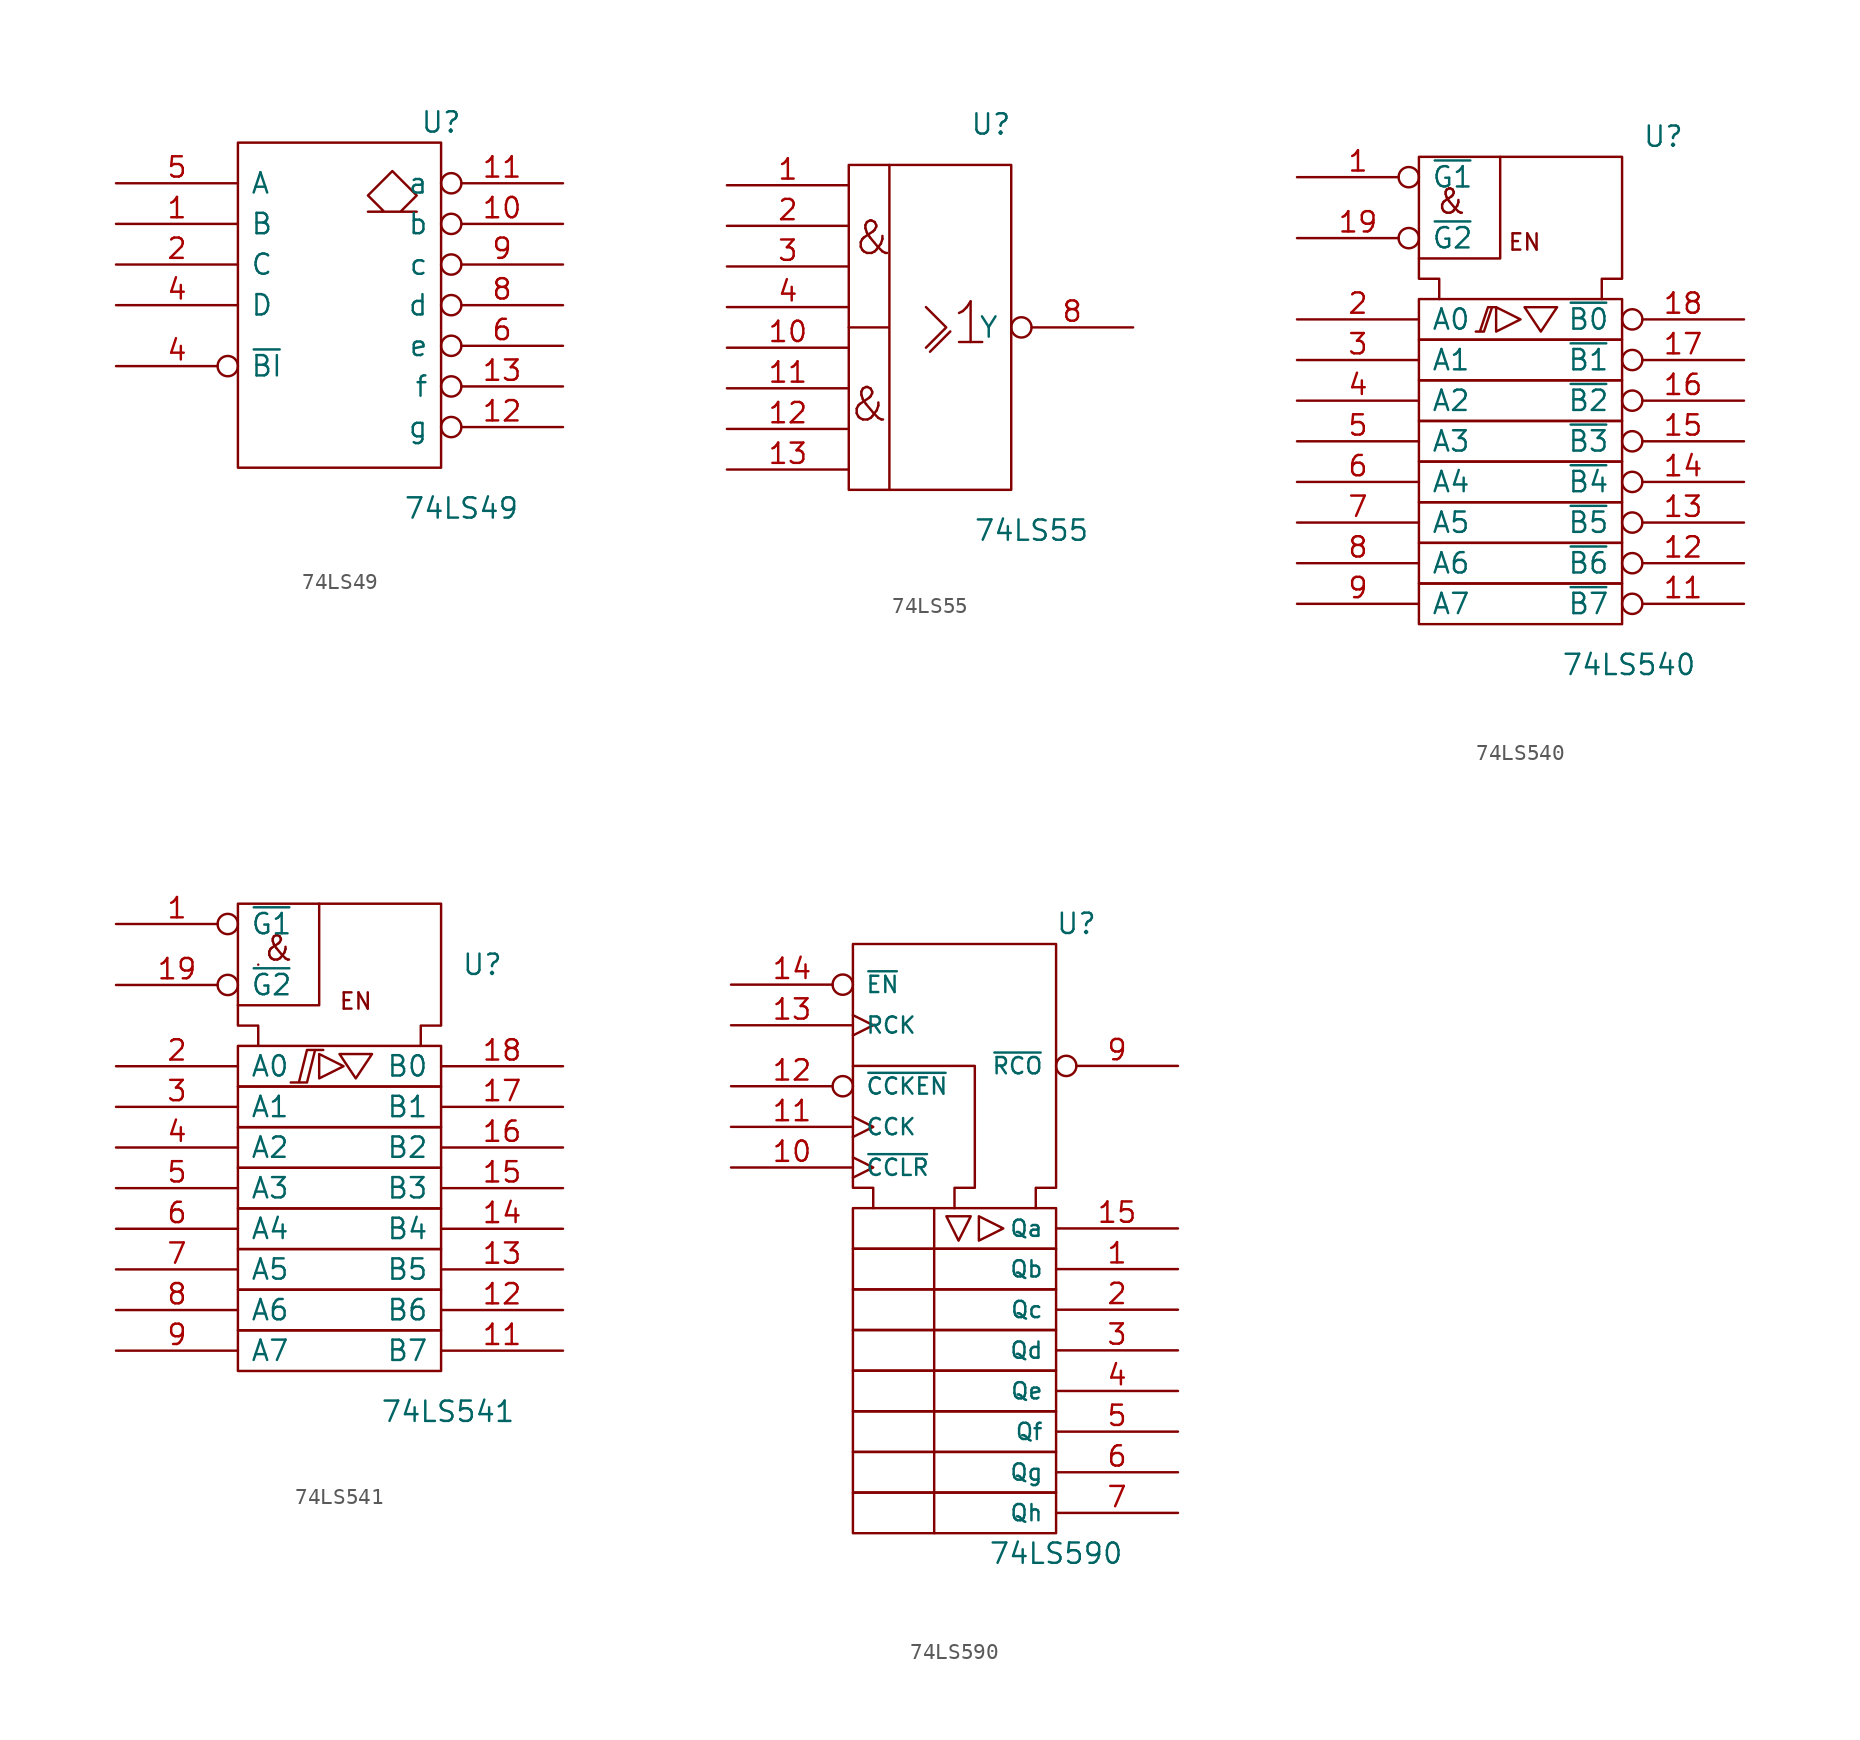
<source format=kicad_sym>
(kicad_symbol_lib
  (version 20201005)
  (generator kicad_symbol_editor)
  (symbol "74xx_IEEE:74LS49"
    (pin_names
      (offset 0.762))
    (property "Reference" "U"
      (at 6.35 11.43 0)
      (effects (font (size 1.27 1.27))))
    (property "Value" "74LS49"
      (at 7.62 -12.7 0)
      (effects (font (size 1.27 1.27))))
    (symbol "74LS49_0_0"
      (rectangle (start -6.35 10.16) (end 6.35 -10.16) (stroke (width 0)) (fill (type none)))
      (polyline (pts (xy 3.81 5.842) (xy 4.826 6.858) (xy 3.302 8.382) (xy 1.778 6.858) (xy 2.794 5.842) (xy 1.778 5.842) (xy 4.826 5.842) (xy 4.826 5.842)) (stroke (width 0)) (fill (type none)))
      (pin power_in line (at 0 10.16 270) (length 0) hide (name "VCC" (effects (font (size 1.27 1.27)))) (number "14" (effects (font (size 1.27 1.27)))))
      (pin power_in line (at 0 -10.16 90) (length 0) hide (name "GND" (effects (font (size 1.27 1.27)))) (number "7" (effects (font (size 1.27 1.27))))))
    (symbol "74LS49_1_1"
      (pin input line (at -13.97 5.08 0) (length 7.62) (name "B" (effects (font (size 1.27 1.27)))) (number "1" (effects (font (size 1.27 1.27)))))
      (pin open_collector inverted (at 13.97 5.08 180) (length 7.62) (name "b" (effects (font (size 1.27 1.27)))) (number "10" (effects (font (size 1.27 1.27)))))
      (pin open_collector inverted (at 13.97 7.62 180) (length 7.62) (name "a" (effects (font (size 1.27 1.27)))) (number "11" (effects (font (size 1.27 1.27)))))
      (pin open_collector inverted (at 13.97 -7.62 180) (length 7.62) (name "g" (effects (font (size 1.27 1.27)))) (number "12" (effects (font (size 1.27 1.27)))))
      (pin open_collector inverted (at 13.97 -5.08 180) (length 7.62) (name "f" (effects (font (size 1.27 1.27)))) (number "13" (effects (font (size 1.27 1.27)))))
      (pin input line (at -13.97 2.54 0) (length 7.62) (name "C" (effects (font (size 1.27 1.27)))) (number "2" (effects (font (size 1.27 1.27)))))
      (pin input line (at -13.97 0 0) (length 7.62) (name "D" (effects (font (size 1.27 1.27)))) (number "4" (effects (font (size 1.27 1.27)))))
      (pin input inverted (at -13.97 -3.81 0) (length 7.62) (name "~BI" (effects (font (size 1.27 1.27)))) (number "4" (effects (font (size 1.27 1.27)))))
      (pin input line (at -13.97 7.62 0) (length 7.62) (name "A" (effects (font (size 1.27 1.27)))) (number "5" (effects (font (size 1.27 1.27)))))
      (pin open_collector inverted (at 13.97 -2.54 180) (length 7.62) (name "e" (effects (font (size 1.27 1.27)))) (number "6" (effects (font (size 1.27 1.27)))))
      (pin open_collector inverted (at 13.97 0 180) (length 7.62) (name "d" (effects (font (size 1.27 1.27)))) (number "8" (effects (font (size 1.27 1.27)))))
      (pin open_collector inverted (at 13.97 2.54 180) (length 7.62) (name "c" (effects (font (size 1.27 1.27)))) (number "9" (effects (font (size 1.27 1.27)))))))
  (symbol "74xx_IEEE:74LS55"
    (pin_names
      (offset 0.762))
    (property "Reference" "U"
      (at 3.81 12.7 0)
      (effects (font (size 1.27 1.27))))
    (property "Value" "74LS55"
      (at 6.35 -12.7 0)
      (effects (font (size 1.27 1.27))))
    (symbol "74LS55_0_0"
      (text "&" (at -3.81 -4.826 0) (effects (font (size 2.032 2.032))))
      (text "&" (at -3.556 5.588 0) (effects (font (size 2.032 2.032))))
      (text "1" (at 2.54 0.254 0) (effects (font (size 2.54 2.54))))
      (polyline (pts (xy 0 -1.524) (xy 1.27 -0.254)) (stroke (width 0)) (fill (type none)))
      (polyline (pts (xy -0.254 1.27) (xy 1.016 0) (xy -0.254 -1.27) (xy -0.254 -1.27)) (stroke (width 0)) (fill (type none))))
    (symbol "74LS55_0_1"
      (rectangle (start -5.08 10.16) (end 5.08 -10.16) (stroke (width 0)) (fill (type none)))
      (polyline (pts (xy -2.54 10.16) (xy -2.54 0) (xy -5.08 0) (xy -2.54 0) (xy -2.54 -10.16) (xy -2.54 -10.16)) (stroke (width 0)) (fill (type none)))
      (pin power_in line (at 0 10.16 270) (length 0) hide (name "VCC" (effects (font (size 1.27 1.27)))) (number "14" (effects (font (size 1.27 1.27)))))
      (pin power_in line (at 0 -10.16 90) (length 0) hide (name "GND" (effects (font (size 1.27 1.27)))) (number "7" (effects (font (size 1.27 1.27))))))
    (symbol "74LS55_1_1"
      (pin input line (at -12.7 8.89 0) (length 7.62) (name "~" (effects (font (size 1.27 1.27)))) (number "1" (effects (font (size 1.27 1.27)))))
      (pin input line (at -12.7 -1.27 0) (length 7.62) (name "~" (effects (font (size 1.27 1.27)))) (number "10" (effects (font (size 1.27 1.27)))))
      (pin input line (at -12.7 -3.81 0) (length 7.62) (name "~" (effects (font (size 1.27 1.27)))) (number "11" (effects (font (size 1.27 1.27)))))
      (pin input line (at -12.7 -6.35 0) (length 7.62) (name "~" (effects (font (size 1.27 1.27)))) (number "12" (effects (font (size 1.27 1.27)))))
      (pin input line (at -12.7 -8.89 0) (length 7.62) (name "~" (effects (font (size 1.27 1.27)))) (number "13" (effects (font (size 1.27 1.27)))))
      (pin input line (at -12.7 6.35 0) (length 7.62) (name "~" (effects (font (size 1.27 1.27)))) (number "2" (effects (font (size 1.27 1.27)))))
      (pin input line (at -12.7 3.81 0) (length 7.62) (name "~" (effects (font (size 1.27 1.27)))) (number "3" (effects (font (size 1.27 1.27)))))
      (pin input line (at -12.7 1.27 0) (length 7.62) (name "~" (effects (font (size 1.27 1.27)))) (number "4" (effects (font (size 1.27 1.27)))))
      (pin output inverted (at 12.7 0 180) (length 7.62) (name "Y" (effects (font (size 1.27 1.27)))) (number "8" (effects (font (size 1.27 1.27)))))))
  (symbol "74xx_IEEE:74LS540"
    (pin_names
      (offset 0.762))
    (property "Reference" "U"
      (at 7.62 17.78 0)
      (effects (font (size 1.27 1.27)) (justify left)))
    (property "Value" "74LS540"
      (at 2.54 -15.24 0)
      (effects (font (size 1.27 1.27)) (justify left)))
    (symbol "74LS540_0_0"
      (text "&" (at -4.318 13.716 0) (effects (font (size 1.524 1.524))))
      (text "EN" (at 0.254 11.176 0) (effects (font (size 1.016 1.016))))
      (polyline (pts (xy -1.27 16.51) (xy -1.27 10.16) (xy -6.35 10.16) (xy -6.35 10.16)) (stroke (width 0)) (fill (type none)))
      (polyline (pts (xy -1.524 7.112) (xy -1.524 5.588) (xy 0 6.35) (xy -1.524 7.112) (xy -1.524 7.112)) (stroke (width 0)) (fill (type none)))
      (polyline (pts (xy 0.254 7.112) (xy 2.286 7.112) (xy 1.27 5.588) (xy 0.254 7.112) (xy 0.254 7.112)) (stroke (width 0)) (fill (type none)))
      (polyline (pts (xy -2.286 5.588) (xy -2.794 5.588) (xy -2.286 5.588) (xy -1.778 7.112) (xy -1.524 7.112) (xy -2.032 7.112) (xy -2.54 5.588) (xy -2.54 5.588)) (stroke (width 0)) (fill (type none)))
      (pin power_in line (at 1.27 16.51 270) (length 0) hide (name "GND" (effects (font (size 1.27 1.27)))) (number "10" (effects (font (size 1.27 1.27)))))
      (pin power_in line (at 5.08 16.51 270) (length 0) hide (name "VCC" (effects (font (size 1.27 1.27)))) (number "20" (effects (font (size 1.27 1.27))))))
    (symbol "74LS540_0_1"
      (rectangle (start -6.35 -10.16) (end 6.35 -12.7) (stroke (width 0)) (fill (type none)))
      (rectangle (start -6.35 -7.62) (end 6.35 -10.16) (stroke (width 0)) (fill (type none)))
      (rectangle (start -6.35 -5.08) (end 6.35 -7.62) (stroke (width 0)) (fill (type none)))
      (rectangle (start -6.35 -2.54) (end 6.35 -5.08) (stroke (width 0)) (fill (type none)))
      (rectangle (start -6.35 0) (end 6.35 -2.54) (stroke (width 0)) (fill (type none)))
      (rectangle (start -6.35 2.54) (end 6.35 0) (stroke (width 0)) (fill (type none)))
      (rectangle (start -6.35 5.08) (end 6.35 2.54) (stroke (width 0)) (fill (type none)))
      (rectangle (start -6.35 7.62) (end 6.35 5.08) (stroke (width 0)) (fill (type none)))
      (polyline (pts (xy -5.08 7.62) (xy -5.08 8.89) (xy -6.35 8.89) (xy -6.35 16.51) (xy 6.35 16.51) (xy 6.35 8.89) (xy 5.08 8.89) (xy 5.08 7.62) (xy 5.08 7.62)) (stroke (width 0)) (fill (type none))))
    (symbol "74LS540_1_1"
      (pin input inverted (at -13.97 15.24 0) (length 7.62) (name "~G1" (effects (font (size 1.27 1.27)))) (number "1" (effects (font (size 1.27 1.27)))))
      (pin tri_state inverted (at 13.97 -11.43 180) (length 7.62) (name "~B7" (effects (font (size 1.27 1.27)))) (number "11" (effects (font (size 1.27 1.27)))))
      (pin tri_state inverted (at 13.97 -8.89 180) (length 7.62) (name "~B6" (effects (font (size 1.27 1.27)))) (number "12" (effects (font (size 1.27 1.27)))))
      (pin tri_state inverted (at 13.97 -6.35 180) (length 7.62) (name "~B5" (effects (font (size 1.27 1.27)))) (number "13" (effects (font (size 1.27 1.27)))))
      (pin tri_state inverted (at 13.97 -3.81 180) (length 7.62) (name "~B4" (effects (font (size 1.27 1.27)))) (number "14" (effects (font (size 1.27 1.27)))))
      (pin tri_state inverted (at 13.97 -1.27 180) (length 7.62) (name "~B3" (effects (font (size 1.27 1.27)))) (number "15" (effects (font (size 1.27 1.27)))))
      (pin tri_state inverted (at 13.97 1.27 180) (length 7.62) (name "~B2" (effects (font (size 1.27 1.27)))) (number "16" (effects (font (size 1.27 1.27)))))
      (pin tri_state inverted (at 13.97 3.81 180) (length 7.62) (name "~B1" (effects (font (size 1.27 1.27)))) (number "17" (effects (font (size 1.27 1.27)))))
      (pin tri_state inverted (at 13.97 6.35 180) (length 7.62) (name "~B0" (effects (font (size 1.27 1.27)))) (number "18" (effects (font (size 1.27 1.27)))))
      (pin input inverted (at -13.97 11.43 0) (length 7.62) (name "~G2" (effects (font (size 1.27 1.27)))) (number "19" (effects (font (size 1.27 1.27)))))
      (pin tri_state line (at -13.97 6.35 0) (length 7.62) (name "A0" (effects (font (size 1.27 1.27)))) (number "2" (effects (font (size 1.27 1.27)))))
      (pin tri_state line (at -13.97 3.81 0) (length 7.62) (name "A1" (effects (font (size 1.27 1.27)))) (number "3" (effects (font (size 1.27 1.27)))))
      (pin tri_state line (at -13.97 1.27 0) (length 7.62) (name "A2" (effects (font (size 1.27 1.27)))) (number "4" (effects (font (size 1.27 1.27)))))
      (pin tri_state line (at -13.97 -1.27 0) (length 7.62) (name "A3" (effects (font (size 1.27 1.27)))) (number "5" (effects (font (size 1.27 1.27)))))
      (pin tri_state line (at -13.97 -3.81 0) (length 7.62) (name "A4" (effects (font (size 1.27 1.27)))) (number "6" (effects (font (size 1.27 1.27)))))
      (pin tri_state line (at -13.97 -6.35 0) (length 7.62) (name "A5" (effects (font (size 1.27 1.27)))) (number "7" (effects (font (size 1.27 1.27)))))
      (pin tri_state line (at -13.97 -8.89 0) (length 7.62) (name "A6" (effects (font (size 1.27 1.27)))) (number "8" (effects (font (size 1.27 1.27)))))
      (pin tri_state line (at -13.97 -11.43 0) (length 7.62) (name "A7" (effects (font (size 1.27 1.27)))) (number "9" (effects (font (size 1.27 1.27)))))))
  (symbol "74xx_IEEE:74LS541"
    (pin_names
      (offset 0.762))
    (property "Reference" "U"
      (at 7.62 12.7 0)
      (effects (font (size 1.27 1.27)) (justify left)))
    (property "Value" "74LS541"
      (at 2.54 -15.24 0)
      (effects (font (size 1.27 1.27)) (justify left)))
    (symbol "74LS541_0_0"
      (text "&" (at -3.81 13.716 0) (effects (font (size 1.524 1.524))))
      (text "EN" (at 1.016 10.414 0) (effects (font (size 1.016 1.016))))
      (polyline (pts (xy -5.08 12.7) (xy -5.08 12.7) (xy -5.08 12.7)) (stroke (width 0)) (fill (type none)))
      (polyline (pts (xy -1.27 16.51) (xy -1.27 10.16) (xy -6.35 10.16) (xy -6.35 10.16)) (stroke (width 0)) (fill (type none)))
      (polyline (pts (xy -1.27 7.112) (xy -1.27 5.588) (xy 0.254 6.35) (xy -1.27 7.112) (xy -1.27 7.112)) (stroke (width 0)) (fill (type none)))
      (polyline (pts (xy 0 7.112) (xy 2.032 7.112) (xy 1.016 5.588) (xy 0 7.112) (xy 0 7.112)) (stroke (width 0)) (fill (type none)))
      (polyline (pts (xy -3.048 5.334) (xy -2.032 5.334) (xy -1.524 7.366) (xy -1.016 7.366) (xy -2.032 7.366) (xy -2.54 5.334) (xy -2.54 5.334)) (stroke (width 0)) (fill (type none)))
      (pin power_in line (at 1.27 16.51 270) (length 0) hide (name "GND" (effects (font (size 1.27 1.27)))) (number "10" (effects (font (size 1.27 1.27)))))
      (pin power_in line (at 5.08 16.51 270) (length 0) hide (name "VCC" (effects (font (size 1.27 1.27)))) (number "20" (effects (font (size 1.27 1.27))))))
    (symbol "74LS541_0_1"
      (rectangle (start -6.35 -10.16) (end 6.35 -12.7) (stroke (width 0)) (fill (type none)))
      (rectangle (start -6.35 -7.62) (end 6.35 -10.16) (stroke (width 0)) (fill (type none)))
      (rectangle (start -6.35 -5.08) (end 6.35 -7.62) (stroke (width 0)) (fill (type none)))
      (rectangle (start -6.35 -2.54) (end 6.35 -5.08) (stroke (width 0)) (fill (type none)))
      (rectangle (start -6.35 0) (end 6.35 -2.54) (stroke (width 0)) (fill (type none)))
      (rectangle (start -6.35 2.54) (end 6.35 0) (stroke (width 0)) (fill (type none)))
      (rectangle (start -6.35 5.08) (end 6.35 2.54) (stroke (width 0)) (fill (type none)))
      (rectangle (start -6.35 7.62) (end 6.35 5.08) (stroke (width 0)) (fill (type none)))
      (polyline (pts (xy -5.08 7.62) (xy -5.08 8.89) (xy -6.35 8.89) (xy -6.35 16.51) (xy 6.35 16.51) (xy 6.35 8.89) (xy 5.08 8.89) (xy 5.08 7.62) (xy 5.08 7.62)) (stroke (width 0)) (fill (type none))))
    (symbol "74LS541_1_1"
      (pin input inverted (at -13.97 15.24 0) (length 7.62) (name "~G1" (effects (font (size 1.27 1.27)))) (number "1" (effects (font (size 1.27 1.27)))))
      (pin tri_state line (at 13.97 -11.43 180) (length 7.62) (name "B7" (effects (font (size 1.27 1.27)))) (number "11" (effects (font (size 1.27 1.27)))))
      (pin tri_state line (at 13.97 -8.89 180) (length 7.62) (name "B6" (effects (font (size 1.27 1.27)))) (number "12" (effects (font (size 1.27 1.27)))))
      (pin tri_state line (at 13.97 -6.35 180) (length 7.62) (name "B5" (effects (font (size 1.27 1.27)))) (number "13" (effects (font (size 1.27 1.27)))))
      (pin tri_state line (at 13.97 -3.81 180) (length 7.62) (name "B4" (effects (font (size 1.27 1.27)))) (number "14" (effects (font (size 1.27 1.27)))))
      (pin tri_state line (at 13.97 -1.27 180) (length 7.62) (name "B3" (effects (font (size 1.27 1.27)))) (number "15" (effects (font (size 1.27 1.27)))))
      (pin tri_state line (at 13.97 1.27 180) (length 7.62) (name "B2" (effects (font (size 1.27 1.27)))) (number "16" (effects (font (size 1.27 1.27)))))
      (pin tri_state line (at 13.97 3.81 180) (length 7.62) (name "B1" (effects (font (size 1.27 1.27)))) (number "17" (effects (font (size 1.27 1.27)))))
      (pin tri_state line (at 13.97 6.35 180) (length 7.62) (name "B0" (effects (font (size 1.27 1.27)))) (number "18" (effects (font (size 1.27 1.27)))))
      (pin input inverted (at -13.97 11.43 0) (length 7.62) (name "~G2" (effects (font (size 1.27 1.27)))) (number "19" (effects (font (size 1.27 1.27)))))
      (pin tri_state line (at -13.97 6.35 0) (length 7.62) (name "A0" (effects (font (size 1.27 1.27)))) (number "2" (effects (font (size 1.27 1.27)))))
      (pin tri_state line (at -13.97 3.81 0) (length 7.62) (name "A1" (effects (font (size 1.27 1.27)))) (number "3" (effects (font (size 1.27 1.27)))))
      (pin tri_state line (at -13.97 1.27 0) (length 7.62) (name "A2" (effects (font (size 1.27 1.27)))) (number "4" (effects (font (size 1.27 1.27)))))
      (pin tri_state line (at -13.97 -1.27 0) (length 7.62) (name "A3" (effects (font (size 1.27 1.27)))) (number "5" (effects (font (size 1.27 1.27)))))
      (pin tri_state line (at -13.97 -3.81 0) (length 7.62) (name "A4" (effects (font (size 1.27 1.27)))) (number "6" (effects (font (size 1.27 1.27)))))
      (pin tri_state line (at -13.97 -6.35 0) (length 7.62) (name "A5" (effects (font (size 1.27 1.27)))) (number "7" (effects (font (size 1.27 1.27)))))
      (pin tri_state line (at -13.97 -8.89 0) (length 7.62) (name "A6" (effects (font (size 1.27 1.27)))) (number "8" (effects (font (size 1.27 1.27)))))
      (pin tri_state line (at -13.97 -11.43 0) (length 7.62) (name "A7" (effects (font (size 1.27 1.27)))) (number "9" (effects (font (size 1.27 1.27)))))))
  (symbol "74xx_IEEE:74LS590"
    (pin_names
      (offset 0.762))
    (property "Reference" "U"
      (at 7.62 20.32 0)
      (effects (font (size 1.27 1.27))))
    (property "Value" "74LS590"
      (at 6.35 -19.05 0)
      (effects (font (size 1.27 1.27))))
    (symbol "74LS590_0_0"
      (rectangle (start -6.35 -15.24) (end 6.35 -17.78) (stroke (width 0)) (fill (type none)))
      (rectangle (start -6.35 -12.7) (end 6.35 -15.24) (stroke (width 0)) (fill (type none)))
      (rectangle (start -6.35 -10.16) (end 6.35 -12.7) (stroke (width 0)) (fill (type none)))
      (rectangle (start -6.35 -7.62) (end 6.35 -10.16) (stroke (width 0)) (fill (type none)))
      (rectangle (start -6.35 -5.08) (end 6.35 -7.62) (stroke (width 0)) (fill (type none)))
      (rectangle (start -6.35 -2.54) (end 6.35 -5.08) (stroke (width 0)) (fill (type none)))
      (rectangle (start -6.35 0) (end 6.35 -2.54) (stroke (width 0)) (fill (type none)))
      (rectangle (start -6.35 2.54) (end 6.35 0) (stroke (width 0)) (fill (type none)))
      (polyline (pts (xy -1.27 2.54) (xy -1.27 -17.78) (xy -1.27 -17.78)) (stroke (width 0)) (fill (type none)))
      (polyline (pts (xy -0.508 2.032) (xy 1.016 2.032) (xy 0.254 0.508) (xy -0.508 2.032) (xy -0.508 2.032)) (stroke (width 0)) (fill (type none)))
      (polyline (pts (xy 1.524 2.032) (xy 3.048 1.27) (xy 1.524 0.508) (xy 1.524 2.032) (xy 1.524 2.032)) (stroke (width 0)) (fill (type none)))
      (polyline (pts (xy -6.35 11.43) (xy 1.27 11.43) (xy 1.27 3.81) (xy 0 3.81) (xy 0 2.54) (xy 0 2.54)) (stroke (width 0)) (fill (type none)))
      (polyline (pts (xy -5.08 2.54) (xy -5.08 3.81) (xy -6.35 3.81) (xy -6.35 19.05) (xy 6.35 19.05) (xy 6.35 3.81) (xy 5.08 3.81) (xy 5.08 2.54) (xy 5.08 2.54)) (stroke (width 0)) (fill (type none))))
    (symbol "74LS590_0_1"
      (pin power_in line (at 5.08 19.05 270) (length 0) hide (name "Vcc" (effects (font (size 1.016 1.016)))) (number "16" (effects (font (size 1.27 1.27)))))
      (pin power_in line (at 1.27 19.05 270) (length 0) hide (name "Gnd" (effects (font (size 1.016 1.016)))) (number "8" (effects (font (size 1.27 1.27))))))
    (symbol "74LS590_1_1"
      (pin output line (at 13.97 -1.27 180) (length 7.62) (name "Qb" (effects (font (size 1.016 1.016)))) (number "1" (effects (font (size 1.27 1.27)))))
      (pin input clock (at -13.97 5.08 0) (length 7.62) (name "~CCLR" (effects (font (size 1.016 1.016)))) (number "10" (effects (font (size 1.27 1.27)))))
      (pin input clock (at -13.97 7.62 0) (length 7.62) (name "CCK" (effects (font (size 1.016 1.016)))) (number "11" (effects (font (size 1.27 1.27)))))
      (pin input inverted (at -13.97 10.16 0) (length 7.62) (name "~CCKEN" (effects (font (size 1.016 1.016)))) (number "12" (effects (font (size 1.27 1.27)))))
      (pin input clock (at -13.97 13.97 0) (length 7.62) (name "RCK" (effects (font (size 1.016 1.016)))) (number "13" (effects (font (size 1.27 1.27)))))
      (pin input inverted (at -13.97 16.51 0) (length 7.62) (name "~EN" (effects (font (size 1.016 1.016)))) (number "14" (effects (font (size 1.27 1.27)))))
      (pin output line (at 13.97 1.27 180) (length 7.62) (name "Qa" (effects (font (size 1.016 1.016)))) (number "15" (effects (font (size 1.27 1.27)))))
      (pin output line (at 13.97 -3.81 180) (length 7.62) (name "Qc" (effects (font (size 1.016 1.016)))) (number "2" (effects (font (size 1.27 1.27)))))
      (pin output line (at 13.97 -6.35 180) (length 7.62) (name "Qd" (effects (font (size 1.016 1.016)))) (number "3" (effects (font (size 1.27 1.27)))))
      (pin output line (at 13.97 -8.89 180) (length 7.62) (name "Qe" (effects (font (size 1.016 1.016)))) (number "4" (effects (font (size 1.27 1.27)))))
      (pin output line (at 13.97 -11.43 180) (length 7.62) (name "Qf" (effects (font (size 1.016 1.016)))) (number "5" (effects (font (size 1.27 1.27)))))
      (pin output line (at 13.97 -13.97 180) (length 7.62) (name "Qg" (effects (font (size 1.016 1.016)))) (number "6" (effects (font (size 1.27 1.27)))))
      (pin output line (at 13.97 -16.51 180) (length 7.62) (name "Qh" (effects (font (size 1.016 1.016)))) (number "7" (effects (font (size 1.27 1.27)))))
      (pin output inverted (at 13.97 11.43 180) (length 7.62) (name "~RCO" (effects (font (size 1.016 1.016)))) (number "9" (effects (font (size 1.27 1.27))))))))
</source>
